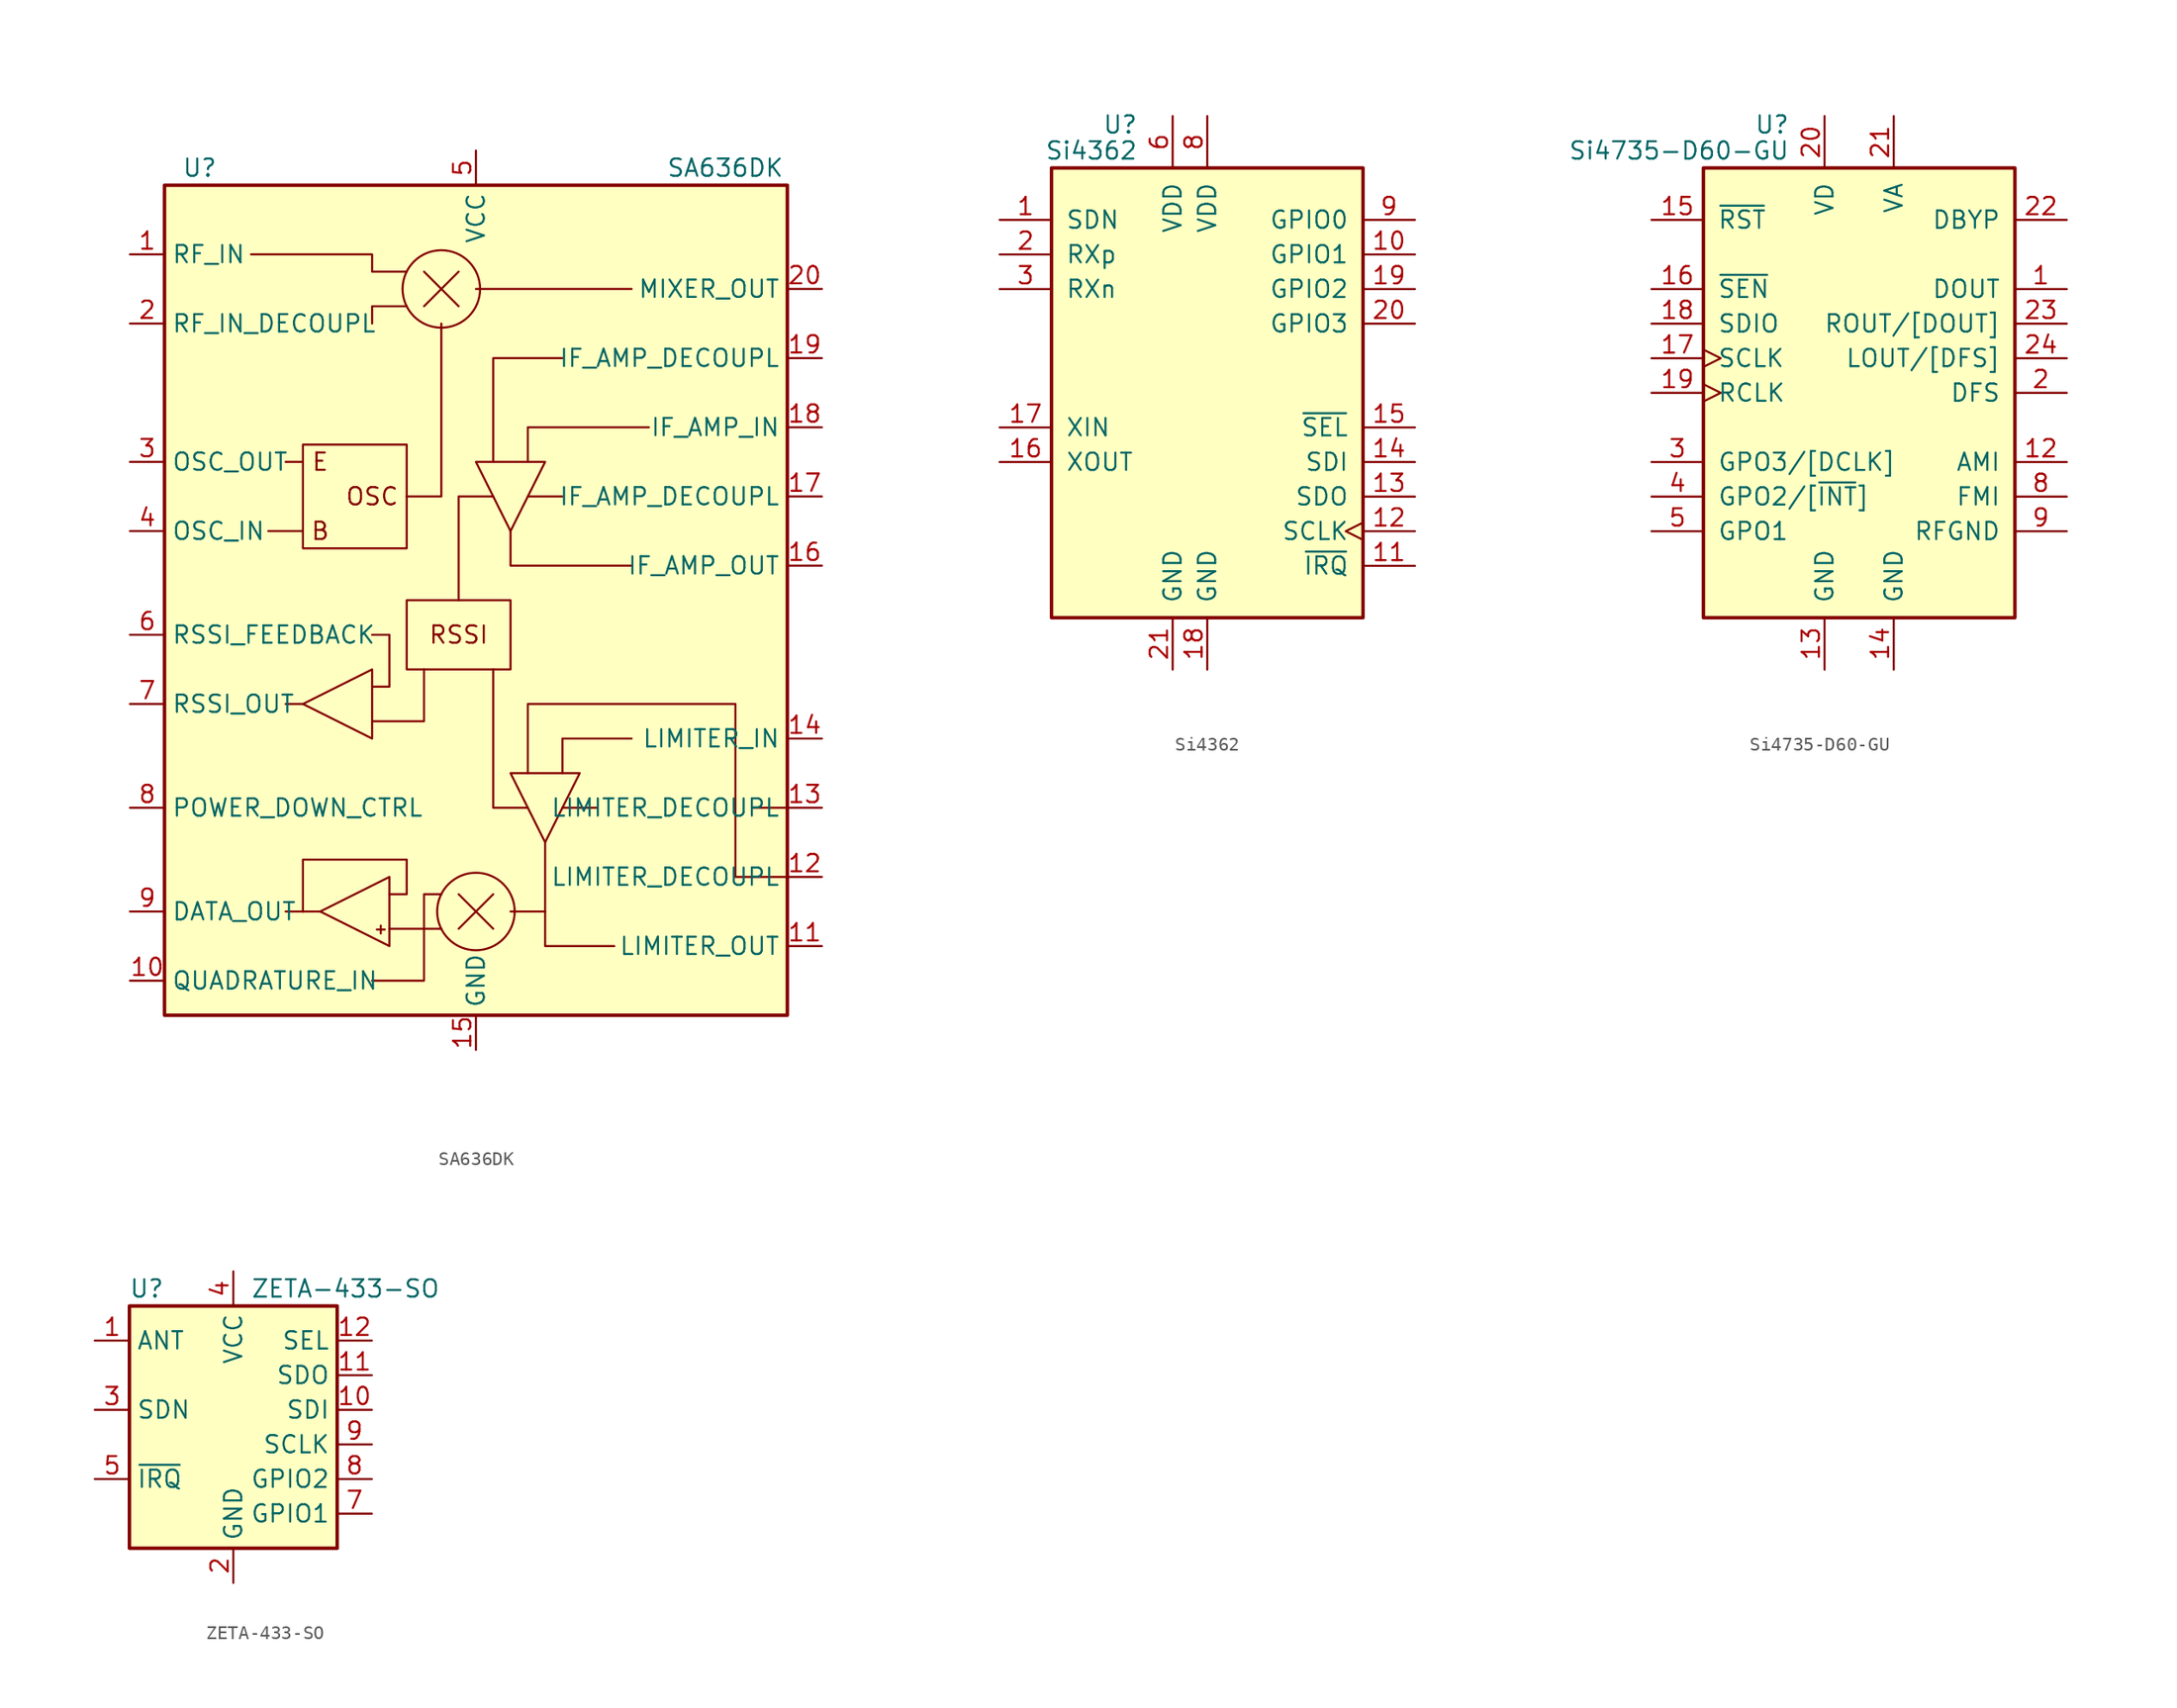
<source format=kicad_sym>
(kicad_symbol_lib
  (version 20241209)
  (generator "kicad_symbol_editor")
  (generator_version "9.0")
  (symbol "SA636DK"
    (property "Reference" "U"
      (at -21.59 31.75 0)
      (effects (font (size 1.27 1.27)) (justify left)))
    (property "Value" "SA636DK"
      (at 13.97 31.75 0)
      (effects (font (size 1.27 1.27)) (justify left)))
    (symbol "SA636DK_0_0"
      (polyline (pts (xy -15.24 5.08) (xy -12.7 5.08)) (stroke (width 0) (type default)) (fill (type none)))
      (polyline (pts (xy -13.97 10.16) (xy -12.7 10.16)) (stroke (width 0) (type default)) (fill (type none)))
      (polyline (pts (xy -13.97 -7.62) (xy -12.7 -7.62)) (stroke (width 0) (type default)) (fill (type none)))
      (polyline (pts (xy -13.97 -22.86) (xy -12.7 -22.86)) (stroke (width 0) (type default)) (fill (type none)))
      (rectangle (start -12.7 11.43) (end -5.08 3.81) (stroke (width 0) (type default)) (fill (type none)))
      (polyline (pts (xy -11.43 -22.86) (xy -12.7 -22.86)) (stroke (width 0) (type default)) (fill (type none)))
      (polyline (pts (xy -7.62 -8.89) (xy -3.81 -8.89) (xy -3.81 -5.08)) (stroke (width 0) (type default)) (fill (type none)))
      (polyline (pts (xy -6.35 -24.13) (xy -2.54 -24.13)) (stroke (width 0) (type default)) (fill (type none)))
      (rectangle (start -5.08 0) (end 2.54 -5.08) (stroke (width 0) (type default)) (fill (type none)))
      (polyline (pts (xy -1.27 0) (xy -1.27 7.62) (xy 1.27 7.62)) (stroke (width 0) (type default)) (fill (type none)))
      (polyline (pts (xy 0 10.16) (xy 5.08 10.16) (xy 2.54 5.08) (xy 0 10.16)) (stroke (width 0) (type default)) (fill (type none)))
      (polyline (pts (xy 2.54 5.08) (xy 2.54 2.54) (xy 11.43 2.54)) (stroke (width 0) (type default)) (fill (type none)))
      (polyline (pts (xy 2.54 -12.7) (xy 7.62 -12.7) (xy 5.08 -17.78) (xy 2.54 -12.7)) (stroke (width 0) (type default)) (fill (type none)))
      (polyline (pts (xy 5.08 -17.78) (xy 5.08 -25.4) (xy 10.16 -25.4)) (stroke (width 0) (type default)) (fill (type none)))
      (polyline (pts (xy 22.86 -20.32) (xy 19.05 -20.32) (xy 19.05 -7.62) (xy 3.81 -7.62) (xy 3.81 -12.7)) (stroke (width 0) (type default)) (fill (type none)))
      (text "E" (at -11.43 10.16 0) (effects (font (size 1.27 1.27))))
      (text "B" (at -11.43 5.08 0) (effects (font (size 1.27 1.27))))
      (text "OSC" (at -7.62 7.62 0) (effects (font (size 1.27 1.27))))
      (text "+" (at -6.985 -24.13 0) (effects (font (size 0.762 0.762))))
      (text "RSSI" (at -1.27 -2.54 0) (effects (font (size 1.27 1.27)))))
    (symbol "SA636DK_0_1"
      (rectangle (start -22.86 30.48) (end 22.86 -30.48) (stroke (width 0.254) (type default)) (fill (type background)))
      (polyline (pts (xy -16.51 25.4) (xy -7.62 25.4) (xy -7.62 24.13) (xy -5.08 24.13)) (stroke (width 0) (type default)) (fill (type none)))
      (polyline (pts (xy -7.62 20.32) (xy -7.62 21.59) (xy -5.08 21.59)) (stroke (width 0) (type default)) (fill (type none)))
      (polyline (pts (xy -7.62 -2.54) (xy -6.35 -2.54) (xy -6.35 -6.35) (xy -7.62 -6.35)) (stroke (width 0) (type default)) (fill (type none)))
      (polyline (pts (xy -7.62 -27.94) (xy -3.81 -27.94) (xy -3.81 -21.59) (xy -2.54 -21.59)) (stroke (width 0) (type default)) (fill (type none)))
      (polyline (pts (xy -6.35 -21.59) (xy -5.08 -21.59) (xy -5.08 -19.05) (xy -11.43 -19.05) (xy -12.7 -19.05) (xy -12.7 -22.86)) (stroke (width 0) (type default)) (fill (type none)))
      (polyline (pts (xy -3.81 24.13) (xy -1.27 21.59)) (stroke (width 0) (type default)) (fill (type none)))
      (polyline (pts (xy -3.81 21.59) (xy -1.27 24.13)) (stroke (width 0) (type default)) (fill (type none)))
      (circle (center -2.54 22.86) (radius 2.845) (stroke (width 0) (type default)) (fill (type none)))
      (polyline (pts (xy -2.54 20.32) (xy -2.54 7.62) (xy -5.08 7.62)) (stroke (width 0) (type default)) (fill (type none)))
      (polyline (pts (xy -1.27 -21.59) (xy 1.27 -24.13)) (stroke (width 0) (type default)) (fill (type none)))
      (polyline (pts (xy -1.27 -24.13) (xy 1.27 -21.59)) (stroke (width 0) (type default)) (fill (type none)))
      (circle (center 0 -22.86) (radius 2.845) (stroke (width 0) (type default)) (fill (type none)))
      (polyline (pts (xy 1.27 -5.08) (xy 1.27 -15.24) (xy 3.81 -15.24)) (stroke (width 0) (type default)) (fill (type none)))
      (polyline (pts (xy 2.54 -22.86) (xy 5.08 -22.86)) (stroke (width 0) (type default)) (fill (type none)))
      (polyline (pts (xy 6.35 17.78) (xy 1.27 17.78) (xy 1.27 10.16)) (stroke (width 0) (type default)) (fill (type none)))
      (polyline (pts (xy 6.35 7.62) (xy 3.81 7.62)) (stroke (width 0) (type default)) (fill (type none)))
      (polyline (pts (xy 6.35 -15.24) (xy 8.89 -15.24)) (stroke (width 0) (type default)) (fill (type none)))
      (polyline (pts (xy 11.43 22.86) (xy 0 22.86)) (stroke (width 0) (type default)) (fill (type none)))
      (polyline (pts (xy 11.43 -10.16) (xy 6.35 -10.16) (xy 6.35 -12.7)) (stroke (width 0) (type default)) (fill (type none)))
      (polyline (pts (xy 12.7 12.7) (xy 3.81 12.7) (xy 3.81 10.16)) (stroke (width 0) (type default)) (fill (type none)))
      (polyline (pts (xy 22.86 -15.24) (xy 20.32 -15.24)) (stroke (width 0) (type default)) (fill (type none))))
    (symbol "SA636DK_1_0"
      (polyline (pts (xy -7.62 -5.08) (xy -7.62 -10.16) (xy -12.7 -7.62) (xy -7.62 -5.08)) (stroke (width 0) (type default)) (fill (type none)))
      (polyline (pts (xy -6.35 -20.32) (xy -6.35 -25.4) (xy -11.43 -22.86) (xy -6.35 -20.32)) (stroke (width 0) (type default)) (fill (type none))))
    (symbol "SA636DK_1_1"
      (pin input line (at -25.4 25.4 0) (length 2.54) (name "RF_IN" (effects (font (size 1.27 1.27)))) (number "1" (effects (font (size 1.27 1.27)))))
      (pin passive line (at -25.4 20.32 0) (length 2.54) (name "RF_IN_DECOUPL" (effects (font (size 1.27 1.27)))) (number "2" (effects (font (size 1.27 1.27)))))
      (pin output line (at -25.4 10.16 0) (length 2.54) (name "OSC_OUT" (effects (font (size 1.27 1.27)))) (number "3" (effects (font (size 1.27 1.27)))))
      (pin input line (at -25.4 5.08 0) (length 2.54) (name "OSC_IN" (effects (font (size 1.27 1.27)))) (number "4" (effects (font (size 1.27 1.27)))))
      (pin input line (at -25.4 -2.54 0) (length 2.54) (name "RSSI_FEEDBACK" (effects (font (size 1.27 1.27)))) (number "6" (effects (font (size 1.27 1.27)))))
      (pin output line (at -25.4 -7.62 0) (length 2.54) (name "RSSI_OUT" (effects (font (size 1.27 1.27)))) (number "7" (effects (font (size 1.27 1.27)))))
      (pin input line (at -25.4 -15.24 0) (length 2.54) (name "POWER_DOWN_CTRL" (effects (font (size 1.27 1.27)))) (number "8" (effects (font (size 1.27 1.27)))))
      (pin output line (at -25.4 -22.86 0) (length 2.54) (name "DATA_OUT" (effects (font (size 1.27 1.27)))) (number "9" (effects (font (size 1.27 1.27)))))
      (pin input line (at -25.4 -27.94 0) (length 2.54) (name "QUADRATURE_IN" (effects (font (size 1.27 1.27)))) (number "10" (effects (font (size 1.27 1.27)))))
      (pin power_in line (at 0 33.02 270) (length 2.54) (name "VCC" (effects (font (size 1.27 1.27)))) (number "5" (effects (font (size 1.27 1.27)))))
      (pin power_in line (at 0 -33.02 90) (length 2.54) (name "GND" (effects (font (size 1.27 1.27)))) (number "15" (effects (font (size 1.27 1.27)))))
      (pin output line (at 25.4 22.86 180) (length 2.54) (name "MIXER_OUT" (effects (font (size 1.27 1.27)))) (number "20" (effects (font (size 1.27 1.27)))))
      (pin passive line (at 25.4 17.78 180) (length 2.54) (name "IF_AMP_DECOUPL" (effects (font (size 1.27 1.27)))) (number "19" (effects (font (size 1.27 1.27)))))
      (pin input line (at 25.4 12.7 180) (length 2.54) (name "IF_AMP_IN" (effects (font (size 1.27 1.27)))) (number "18" (effects (font (size 1.27 1.27)))))
      (pin passive line (at 25.4 7.62 180) (length 2.54) (name "IF_AMP_DECOUPL" (effects (font (size 1.27 1.27)))) (number "17" (effects (font (size 1.27 1.27)))))
      (pin output line (at 25.4 2.54 180) (length 2.54) (name "IF_AMP_OUT" (effects (font (size 1.27 1.27)))) (number "16" (effects (font (size 1.27 1.27)))))
      (pin input line (at 25.4 -10.16 180) (length 2.54) (name "LIMITER_IN" (effects (font (size 1.27 1.27)))) (number "14" (effects (font (size 1.27 1.27)))))
      (pin passive line (at 25.4 -15.24 180) (length 2.54) (name "LIMITER_DECOUPL" (effects (font (size 1.27 1.27)))) (number "13" (effects (font (size 1.27 1.27)))))
      (pin passive line (at 25.4 -20.32 180) (length 2.54) (name "LIMITER_DECOUPL" (effects (font (size 1.27 1.27)))) (number "12" (effects (font (size 1.27 1.27)))))
      (pin output line (at 25.4 -25.4 180) (length 2.54) (name "LIMITER_OUT" (effects (font (size 1.27 1.27)))) (number "11" (effects (font (size 1.27 1.27)))))))
  (symbol "Si4362"
    (pin_names
      (offset 1.016))
    (property "Reference" "U"
      (at -5.08 19.685 0)
      (effects (font (size 1.27 1.27)) (justify right)))
    (property "Value" "Si4362"
      (at -5.08 17.78 0)
      (effects (font (size 1.27 1.27)) (justify right)))
    (symbol "Si4362_0_1"
      (rectangle (start -11.43 16.51) (end 11.43 -16.51) (stroke (width 0.254) (type default)) (fill (type background))))
    (symbol "Si4362_1_1"
      (pin input line (at -15.24 12.7 0) (length 3.81) (name "SDN" (effects (font (size 1.27 1.27)))) (number "1" (effects (font (size 1.27 1.27)))))
      (pin input line (at -15.24 10.16 0) (length 3.81) (name "RXp" (effects (font (size 1.27 1.27)))) (number "2" (effects (font (size 1.27 1.27)))))
      (pin input line (at -15.24 7.62 0) (length 3.81) (name "RXn" (effects (font (size 1.27 1.27)))) (number "3" (effects (font (size 1.27 1.27)))))
      (pin input line (at -15.24 -2.54 0) (length 3.81) (name "XIN" (effects (font (size 1.27 1.27)))) (number "17" (effects (font (size 1.27 1.27)))))
      (pin output line (at -15.24 -5.08 0) (length 3.81) (name "XOUT" (effects (font (size 1.27 1.27)))) (number "16" (effects (font (size 1.27 1.27)))))
      (pin power_in line (at -2.54 20.32 270) (length 3.81) (name "VDD" (effects (font (size 1.27 1.27)))) (number "6" (effects (font (size 1.27 1.27)))))
      (pin power_in line (at -2.54 -20.32 90) (length 3.81) (name "GND" (effects (font (size 1.27 1.27)))) (number "21" (effects (font (size 1.27 1.27)))))
      (pin power_in line (at 0 20.32 270) (length 3.81) (name "VDD" (effects (font (size 1.27 1.27)))) (number "8" (effects (font (size 1.27 1.27)))))
      (pin power_in line (at 0 -20.32 90) (length 3.81) (name "GND" (effects (font (size 1.27 1.27)))) (number "18" (effects (font (size 1.27 1.27)))))
      (pin no_connect line (at 2.54 -16.51 90) (length 3.81) (hide yes) (name "NC" (effects (font (size 1.27 1.27)))) (number "4" (effects (font (size 1.27 1.27)))))
      (pin no_connect line (at 5.08 -16.51 90) (length 3.81) (hide yes) (name "NC" (effects (font (size 1.27 1.27)))) (number "5" (effects (font (size 1.27 1.27)))))
      (pin no_connect line (at 7.62 -16.51 90) (length 3.81) (hide yes) (name "NC" (effects (font (size 1.27 1.27)))) (number "7" (effects (font (size 1.27 1.27)))))
      (pin bidirectional line (at 15.24 12.7 180) (length 3.81) (name "GPIO0" (effects (font (size 1.27 1.27)))) (number "9" (effects (font (size 1.27 1.27)))))
      (pin bidirectional line (at 15.24 10.16 180) (length 3.81) (name "GPIO1" (effects (font (size 1.27 1.27)))) (number "10" (effects (font (size 1.27 1.27)))))
      (pin bidirectional line (at 15.24 7.62 180) (length 3.81) (name "GPIO2" (effects (font (size 1.27 1.27)))) (number "19" (effects (font (size 1.27 1.27)))))
      (pin bidirectional line (at 15.24 5.08 180) (length 3.81) (name "GPIO3" (effects (font (size 1.27 1.27)))) (number "20" (effects (font (size 1.27 1.27)))))
      (pin input line (at 15.24 -2.54 180) (length 3.81) (name "~{SEL}" (effects (font (size 1.27 1.27)))) (number "15" (effects (font (size 1.27 1.27)))))
      (pin input line (at 15.24 -5.08 180) (length 3.81) (name "SDI" (effects (font (size 1.27 1.27)))) (number "14" (effects (font (size 1.27 1.27)))))
      (pin output line (at 15.24 -7.62 180) (length 3.81) (name "SDO" (effects (font (size 1.27 1.27)))) (number "13" (effects (font (size 1.27 1.27)))))
      (pin input clock (at 15.24 -10.16 180) (length 3.81) (name "SCLK" (effects (font (size 1.27 1.27)))) (number "12" (effects (font (size 1.27 1.27)))))
      (pin output line (at 15.24 -12.7 180) (length 3.81) (name "~{IRQ}" (effects (font (size 1.27 1.27)))) (number "11" (effects (font (size 1.27 1.27)))))))
  (symbol "Si4735-D60-GU"
    (pin_names
      (offset 1.016))
    (property "Reference" "U"
      (at -5.08 19.685 0)
      (effects (font (size 1.27 1.27)) (justify right)))
    (property "Value" "Si4735-D60-GU"
      (at -5.08 17.78 0)
      (effects (font (size 1.27 1.27)) (justify right)))
    (symbol "Si4735-D60-GU_0_1"
      (rectangle (start 11.43 16.51) (end -11.43 -16.51) (stroke (width 0.254) (type default)) (fill (type background))))
    (symbol "Si4735-D60-GU_1_1"
      (pin input line (at -15.24 12.7 0) (length 3.81) (name "~{RST}" (effects (font (size 1.27 1.27)))) (number "15" (effects (font (size 1.27 1.27)))))
      (pin input line (at -15.24 7.62 0) (length 3.81) (name "~{SEN}" (effects (font (size 1.27 1.27)))) (number "16" (effects (font (size 1.27 1.27)))))
      (pin bidirectional line (at -15.24 5.08 0) (length 3.81) (name "SDIO" (effects (font (size 1.27 1.27)))) (number "18" (effects (font (size 1.27 1.27)))))
      (pin input clock (at -15.24 2.54 0) (length 3.81) (name "SCLK" (effects (font (size 1.27 1.27)))) (number "17" (effects (font (size 1.27 1.27)))))
      (pin input clock (at -15.24 0 0) (length 3.81) (name "RCLK" (effects (font (size 1.27 1.27)))) (number "19" (effects (font (size 1.27 1.27)))))
      (pin bidirectional line (at -15.24 -5.08 0) (length 3.81) (name "GPO3/[DCLK]" (effects (font (size 1.27 1.27)))) (number "3" (effects (font (size 1.27 1.27)))))
      (pin output line (at -15.24 -7.62 0) (length 3.81) (name "GPO2/[~{INT}]" (effects (font (size 1.27 1.27)))) (number "4" (effects (font (size 1.27 1.27)))))
      (pin output line (at -15.24 -10.16 0) (length 3.81) (name "GPO1" (effects (font (size 1.27 1.27)))) (number "5" (effects (font (size 1.27 1.27)))))
      (pin no_connect line (at -11.43 -12.7 0) (length 3.81) (hide yes) (name "NC" (effects (font (size 1.27 1.27)))) (number "6" (effects (font (size 1.27 1.27)))))
      (pin no_connect line (at -5.08 -16.51 90) (length 3.81) (hide yes) (name "NC" (effects (font (size 1.27 1.27)))) (number "10" (effects (font (size 1.27 1.27)))))
      (pin power_in line (at -2.54 20.32 270) (length 3.81) (name "VD" (effects (font (size 1.27 1.27)))) (number "20" (effects (font (size 1.27 1.27)))))
      (pin power_in line (at -2.54 -20.32 90) (length 3.81) (name "GND" (effects (font (size 1.27 1.27)))) (number "13" (effects (font (size 1.27 1.27)))))
      (pin power_in line (at 2.54 20.32 270) (length 3.81) (name "VA" (effects (font (size 1.27 1.27)))) (number "21" (effects (font (size 1.27 1.27)))))
      (pin power_in line (at 2.54 -20.32 90) (length 3.81) (name "GND" (effects (font (size 1.27 1.27)))) (number "14" (effects (font (size 1.27 1.27)))))
      (pin no_connect line (at 5.08 -16.51 90) (length 3.81) (hide yes) (name "NC" (effects (font (size 1.27 1.27)))) (number "11" (effects (font (size 1.27 1.27)))))
      (pin no_connect line (at 11.43 -12.7 180) (length 3.81) (hide yes) (name "NC" (effects (font (size 1.27 1.27)))) (number "7" (effects (font (size 1.27 1.27)))))
      (pin passive line (at 15.24 12.7 180) (length 3.81) (name "DBYP" (effects (font (size 1.27 1.27)))) (number "22" (effects (font (size 1.27 1.27)))))
      (pin output line (at 15.24 7.62 180) (length 3.81) (name "DOUT" (effects (font (size 1.27 1.27)))) (number "1" (effects (font (size 1.27 1.27)))))
      (pin output line (at 15.24 5.08 180) (length 3.81) (name "ROUT/[DOUT]" (effects (font (size 1.27 1.27)))) (number "23" (effects (font (size 1.27 1.27)))))
      (pin bidirectional line (at 15.24 2.54 180) (length 3.81) (name "LOUT/[DFS]" (effects (font (size 1.27 1.27)))) (number "24" (effects (font (size 1.27 1.27)))))
      (pin input line (at 15.24 0 180) (length 3.81) (name "DFS" (effects (font (size 1.27 1.27)))) (number "2" (effects (font (size 1.27 1.27)))))
      (pin input line (at 15.24 -5.08 180) (length 3.81) (name "AMI" (effects (font (size 1.27 1.27)))) (number "12" (effects (font (size 1.27 1.27)))))
      (pin input line (at 15.24 -7.62 180) (length 3.81) (name "FMI" (effects (font (size 1.27 1.27)))) (number "8" (effects (font (size 1.27 1.27)))))
      (pin power_in line (at 15.24 -10.16 180) (length 3.81) (name "RFGND" (effects (font (size 1.27 1.27)))) (number "9" (effects (font (size 1.27 1.27)))))))
  (symbol "ZETA-433-SO"
    (property "Reference" "U"
      (at -6.35 8.89 0)
      (effects (font (size 1.27 1.27))))
    (property "Value" "ZETA-433-SO"
      (at 1.27 8.89 0)
      (effects (font (size 1.27 1.27)) (justify left)))
    (symbol "ZETA-433-SO_0_1"
      (rectangle (start 7.62 -10.16) (end -7.62 7.62) (stroke (width 0.254) (type default)) (fill (type background))))
    (symbol "ZETA-433-SO_1_1"
      (pin bidirectional line (at -10.16 5.08 0) (length 2.54) (name "ANT" (effects (font (size 1.27 1.27)))) (number "1" (effects (font (size 1.27 1.27)))))
      (pin input line (at -10.16 0 0) (length 2.54) (name "SDN" (effects (font (size 1.27 1.27)))) (number "3" (effects (font (size 1.27 1.27)))))
      (pin output line (at -10.16 -5.08 0) (length 2.54) (name "~{IRQ}" (effects (font (size 1.27 1.27)))) (number "5" (effects (font (size 1.27 1.27)))))
      (pin no_connect line (at -7.62 -7.62 0) (length 2.54) (hide yes) (name "NC" (effects (font (size 1.27 1.27)))) (number "6" (effects (font (size 1.27 1.27)))))
      (pin power_in line (at 0 10.16 270) (length 2.54) (name "VCC" (effects (font (size 1.27 1.27)))) (number "4" (effects (font (size 1.27 1.27)))))
      (pin power_in line (at 0 -12.7 90) (length 2.54) (name "GND" (effects (font (size 1.27 1.27)))) (number "2" (effects (font (size 1.27 1.27)))))
      (pin input line (at 10.16 5.08 180) (length 2.54) (name "SEL" (effects (font (size 1.27 1.27)))) (number "12" (effects (font (size 1.27 1.27)))))
      (pin output line (at 10.16 2.54 180) (length 2.54) (name "SDO" (effects (font (size 1.27 1.27)))) (number "11" (effects (font (size 1.27 1.27)))))
      (pin input line (at 10.16 0 180) (length 2.54) (name "SDI" (effects (font (size 1.27 1.27)))) (number "10" (effects (font (size 1.27 1.27)))))
      (pin input line (at 10.16 -2.54 180) (length 2.54) (name "SCLK" (effects (font (size 1.27 1.27)))) (number "9" (effects (font (size 1.27 1.27)))))
      (pin bidirectional line (at 10.16 -5.08 180) (length 2.54) (name "GPIO2" (effects (font (size 1.27 1.27)))) (number "8" (effects (font (size 1.27 1.27)))))
      (pin bidirectional line (at 10.16 -7.62 180) (length 2.54) (name "GPIO1" (effects (font (size 1.27 1.27)))) (number "7" (effects (font (size 1.27 1.27))))))))
</source>
